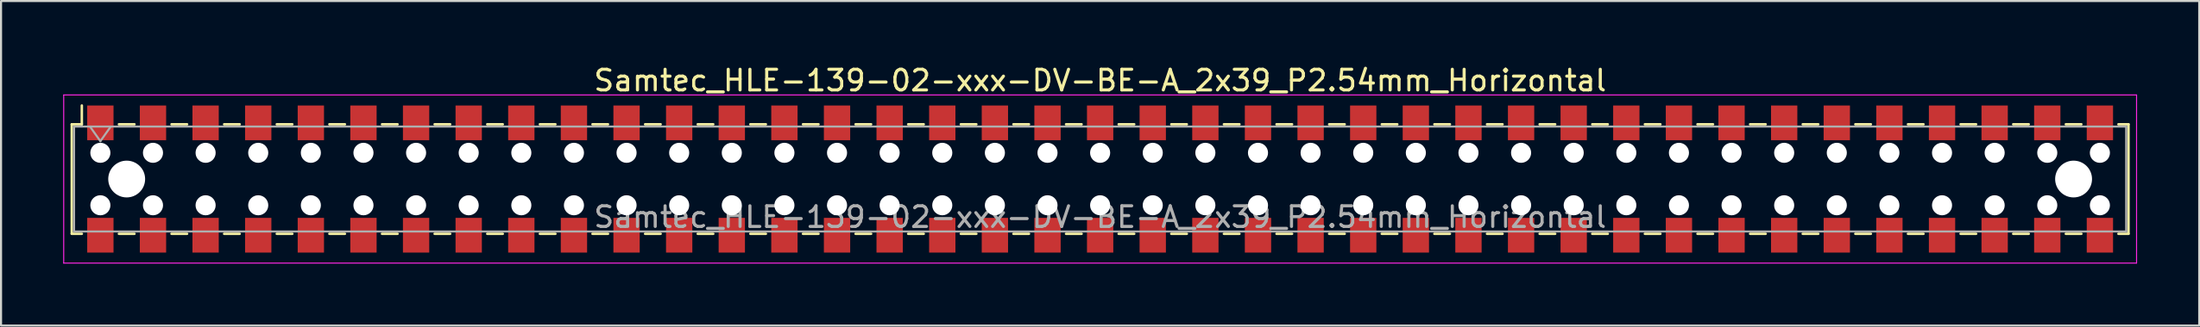
<source format=kicad_pcb>
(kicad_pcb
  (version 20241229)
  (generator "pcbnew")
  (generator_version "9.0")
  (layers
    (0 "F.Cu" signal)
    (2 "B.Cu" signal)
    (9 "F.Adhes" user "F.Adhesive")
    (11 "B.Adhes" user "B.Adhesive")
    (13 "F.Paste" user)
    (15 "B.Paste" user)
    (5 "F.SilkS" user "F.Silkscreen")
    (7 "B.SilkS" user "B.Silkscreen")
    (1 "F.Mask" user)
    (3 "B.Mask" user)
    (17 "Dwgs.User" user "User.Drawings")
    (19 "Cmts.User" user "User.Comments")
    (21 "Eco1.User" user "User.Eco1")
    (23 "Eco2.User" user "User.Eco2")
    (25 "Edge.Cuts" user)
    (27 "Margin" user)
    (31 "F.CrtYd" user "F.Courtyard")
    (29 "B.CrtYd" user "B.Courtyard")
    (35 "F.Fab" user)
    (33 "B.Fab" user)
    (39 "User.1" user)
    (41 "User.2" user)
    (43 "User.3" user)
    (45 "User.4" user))
  (footprint "Samtec_HLE-139-02-xxx-DV-BE-A_2x39_P2.54mm_Horizontal"
    (layer "F.Cu")
    (at 50.055 5.618)
    (property "Reference" "Samtec_HLE-139-02-xxx-DV-BE-A_2x39_P2.54mm_Horizontal" (at 0 -4.77 0) (layer "F.SilkS") (effects (font (size 1 1) (thickness 0.15))))
    (attr smd)
    (fp_line (start -49.64 -2.65) (end -49.64 2.65) (stroke (width 0.12) (type solid)) (layer "F.SilkS"))
    (fp_line (start -49.64 2.65) (end -49.155 2.65) (stroke (width 0.12) (type solid)) (layer "F.SilkS"))
    (fp_line (start -49.155 -3.56) (end -49.155 -2.65) (stroke (width 0.12) (type solid)) (layer "F.SilkS"))
    (fp_line (start -49.155 -2.65) (end -49.64 -2.65) (stroke (width 0.12) (type solid)) (layer "F.SilkS"))
    (fp_line (start -47.365 -2.65) (end -46.615 -2.65) (stroke (width 0.12) (type solid)) (layer "F.SilkS"))
    (fp_line (start -47.365 2.65) (end -46.615 2.65) (stroke (width 0.12) (type solid)) (layer "F.SilkS"))
    (fp_line (start -44.825 -2.65) (end -44.075 -2.65) (stroke (width 0.12) (type solid)) (layer "F.SilkS"))
    (fp_line (start -44.825 2.65) (end -44.075 2.65) (stroke (width 0.12) (type solid)) (layer "F.SilkS"))
    (fp_line (start -42.285 -2.65) (end -41.535 -2.65) (stroke (width 0.12) (type solid)) (layer "F.SilkS"))
    (fp_line (start -42.285 2.65) (end -41.535 2.65) (stroke (width 0.12) (type solid)) (layer "F.SilkS"))
    (fp_line (start -39.745 -2.65) (end -38.995 -2.65) (stroke (width 0.12) (type solid)) (layer "F.SilkS"))
    (fp_line (start -39.745 2.65) (end -38.995 2.65) (stroke (width 0.12) (type solid)) (layer "F.SilkS"))
    (fp_line (start -37.205 -2.65) (end -36.455 -2.65) (stroke (width 0.12) (type solid)) (layer "F.SilkS"))
    (fp_line (start -37.205 2.65) (end -36.455 2.65) (stroke (width 0.12) (type solid)) (layer "F.SilkS"))
    (fp_line (start -34.665 -2.65) (end -33.915 -2.65) (stroke (width 0.12) (type solid)) (layer "F.SilkS"))
    (fp_line (start -34.665 2.65) (end -33.915 2.65) (stroke (width 0.12) (type solid)) (layer "F.SilkS"))
    (fp_line (start -32.125 -2.65) (end -31.375 -2.65) (stroke (width 0.12) (type solid)) (layer "F.SilkS"))
    (fp_line (start -32.125 2.65) (end -31.375 2.65) (stroke (width 0.12) (type solid)) (layer "F.SilkS"))
    (fp_line (start -29.585 -2.65) (end -28.835 -2.65) (stroke (width 0.12) (type solid)) (layer "F.SilkS"))
    (fp_line (start -29.585 2.65) (end -28.835 2.65) (stroke (width 0.12) (type solid)) (layer "F.SilkS"))
    (fp_line (start -27.045 -2.65) (end -26.295 -2.65) (stroke (width 0.12) (type solid)) (layer "F.SilkS"))
    (fp_line (start -27.045 2.65) (end -26.295 2.65) (stroke (width 0.12) (type solid)) (layer "F.SilkS"))
    (fp_line (start -24.505 -2.65) (end -23.755 -2.65) (stroke (width 0.12) (type solid)) (layer "F.SilkS"))
    (fp_line (start -24.505 2.65) (end -23.755 2.65) (stroke (width 0.12) (type solid)) (layer "F.SilkS"))
    (fp_line (start -21.965 -2.65) (end -21.215 -2.65) (stroke (width 0.12) (type solid)) (layer "F.SilkS"))
    (fp_line (start -21.965 2.65) (end -21.215 2.65) (stroke (width 0.12) (type solid)) (layer "F.SilkS"))
    (fp_line (start -19.425 -2.65) (end -18.675 -2.65) (stroke (width 0.12) (type solid)) (layer "F.SilkS"))
    (fp_line (start -19.425 2.65) (end -18.675 2.65) (stroke (width 0.12) (type solid)) (layer "F.SilkS"))
    (fp_line (start -16.885 -2.65) (end -16.135 -2.65) (stroke (width 0.12) (type solid)) (layer "F.SilkS"))
    (fp_line (start -16.885 2.65) (end -16.135 2.65) (stroke (width 0.12) (type solid)) (layer "F.SilkS"))
    (fp_line (start -14.345 -2.65) (end -13.595 -2.65) (stroke (width 0.12) (type solid)) (layer "F.SilkS"))
    (fp_line (start -14.345 2.65) (end -13.595 2.65) (stroke (width 0.12) (type solid)) (layer "F.SilkS"))
    (fp_line (start -11.805 -2.65) (end -11.055 -2.65) (stroke (width 0.12) (type solid)) (layer "F.SilkS"))
    (fp_line (start -11.805 2.65) (end -11.055 2.65) (stroke (width 0.12) (type solid)) (layer "F.SilkS"))
    (fp_line (start -9.265 -2.65) (end -8.515 -2.65) (stroke (width 0.12) (type solid)) (layer "F.SilkS"))
    (fp_line (start -9.265 2.65) (end -8.515 2.65) (stroke (width 0.12) (type solid)) (layer "F.SilkS"))
    (fp_line (start -6.725 -2.65) (end -5.975 -2.65) (stroke (width 0.12) (type solid)) (layer "F.SilkS"))
    (fp_line (start -6.725 2.65) (end -5.975 2.65) (stroke (width 0.12) (type solid)) (layer "F.SilkS"))
    (fp_line (start -4.185 -2.65) (end -3.435 -2.65) (stroke (width 0.12) (type solid)) (layer "F.SilkS"))
    (fp_line (start -4.185 2.65) (end -3.435 2.65) (stroke (width 0.12) (type solid)) (layer "F.SilkS"))
    (fp_line (start -1.645 -2.65) (end -0.895 -2.65) (stroke (width 0.12) (type solid)) (layer "F.SilkS"))
    (fp_line (start -1.645 2.65) (end -0.895 2.65) (stroke (width 0.12) (type solid)) (layer "F.SilkS"))
    (fp_line (start 0.895 -2.65) (end 1.645 -2.65) (stroke (width 0.12) (type solid)) (layer "F.SilkS"))
    (fp_line (start 0.895 2.65) (end 1.645 2.65) (stroke (width 0.12) (type solid)) (layer "F.SilkS"))
    (fp_line (start 3.435 -2.65) (end 4.185 -2.65) (stroke (width 0.12) (type solid)) (layer "F.SilkS"))
    (fp_line (start 3.435 2.65) (end 4.185 2.65) (stroke (width 0.12) (type solid)) (layer "F.SilkS"))
    (fp_line (start 5.975 -2.65) (end 6.725 -2.65) (stroke (width 0.12) (type solid)) (layer "F.SilkS"))
    (fp_line (start 5.975 2.65) (end 6.725 2.65) (stroke (width 0.12) (type solid)) (layer "F.SilkS"))
    (fp_line (start 8.515 -2.65) (end 9.265 -2.65) (stroke (width 0.12) (type solid)) (layer "F.SilkS"))
    (fp_line (start 8.515 2.65) (end 9.265 2.65) (stroke (width 0.12) (type solid)) (layer "F.SilkS"))
    (fp_line (start 11.055 -2.65) (end 11.805 -2.65) (stroke (width 0.12) (type solid)) (layer "F.SilkS"))
    (fp_line (start 11.055 2.65) (end 11.805 2.65) (stroke (width 0.12) (type solid)) (layer "F.SilkS"))
    (fp_line (start 13.595 -2.65) (end 14.345 -2.65) (stroke (width 0.12) (type solid)) (layer "F.SilkS"))
    (fp_line (start 13.595 2.65) (end 14.345 2.65) (stroke (width 0.12) (type solid)) (layer "F.SilkS"))
    (fp_line (start 16.135 -2.65) (end 16.885 -2.65) (stroke (width 0.12) (type solid)) (layer "F.SilkS"))
    (fp_line (start 16.135 2.65) (end 16.885 2.65) (stroke (width 0.12) (type solid)) (layer "F.SilkS"))
    (fp_line (start 18.675 -2.65) (end 19.425 -2.65) (stroke (width 0.12) (type solid)) (layer "F.SilkS"))
    (fp_line (start 18.675 2.65) (end 19.425 2.65) (stroke (width 0.12) (type solid)) (layer "F.SilkS"))
    (fp_line (start 21.215 -2.65) (end 21.965 -2.65) (stroke (width 0.12) (type solid)) (layer "F.SilkS"))
    (fp_line (start 21.215 2.65) (end 21.965 2.65) (stroke (width 0.12) (type solid)) (layer "F.SilkS"))
    (fp_line (start 23.755 -2.65) (end 24.505 -2.65) (stroke (width 0.12) (type solid)) (layer "F.SilkS"))
    (fp_line (start 23.755 2.65) (end 24.505 2.65) (stroke (width 0.12) (type solid)) (layer "F.SilkS"))
    (fp_line (start 26.295 -2.65) (end 27.045 -2.65) (stroke (width 0.12) (type solid)) (layer "F.SilkS"))
    (fp_line (start 26.295 2.65) (end 27.045 2.65) (stroke (width 0.12) (type solid)) (layer "F.SilkS"))
    (fp_line (start 28.835 -2.65) (end 29.585 -2.65) (stroke (width 0.12) (type solid)) (layer "F.SilkS"))
    (fp_line (start 28.835 2.65) (end 29.585 2.65) (stroke (width 0.12) (type solid)) (layer "F.SilkS"))
    (fp_line (start 31.375 -2.65) (end 32.125 -2.65) (stroke (width 0.12) (type solid)) (layer "F.SilkS"))
    (fp_line (start 31.375 2.65) (end 32.125 2.65) (stroke (width 0.12) (type solid)) (layer "F.SilkS"))
    (fp_line (start 33.915 -2.65) (end 34.665 -2.65) (stroke (width 0.12) (type solid)) (layer "F.SilkS"))
    (fp_line (start 33.915 2.65) (end 34.665 2.65) (stroke (width 0.12) (type solid)) (layer "F.SilkS"))
    (fp_line (start 36.455 -2.65) (end 37.205 -2.65) (stroke (width 0.12) (type solid)) (layer "F.SilkS"))
    (fp_line (start 36.455 2.65) (end 37.205 2.65) (stroke (width 0.12) (type solid)) (layer "F.SilkS"))
    (fp_line (start 38.995 -2.65) (end 39.745 -2.65) (stroke (width 0.12) (type solid)) (layer "F.SilkS"))
    (fp_line (start 38.995 2.65) (end 39.745 2.65) (stroke (width 0.12) (type solid)) (layer "F.SilkS"))
    (fp_line (start 41.535 -2.65) (end 42.285 -2.65) (stroke (width 0.12) (type solid)) (layer "F.SilkS"))
    (fp_line (start 41.535 2.65) (end 42.285 2.65) (stroke (width 0.12) (type solid)) (layer "F.SilkS"))
    (fp_line (start 44.075 -2.65) (end 44.825 -2.65) (stroke (width 0.12) (type solid)) (layer "F.SilkS"))
    (fp_line (start 44.075 2.65) (end 44.825 2.65) (stroke (width 0.12) (type solid)) (layer "F.SilkS"))
    (fp_line (start 46.615 -2.65) (end 47.365 -2.65) (stroke (width 0.12) (type solid)) (layer "F.SilkS"))
    (fp_line (start 46.615 2.65) (end 47.365 2.65) (stroke (width 0.12) (type solid)) (layer "F.SilkS"))
    (fp_line (start 49.155 -2.65) (end 49.64 -2.65) (stroke (width 0.12) (type solid)) (layer "F.SilkS"))
    (fp_line (start 49.64 -2.65) (end 49.64 2.65) (stroke (width 0.12) (type solid)) (layer "F.SilkS"))
    (fp_line (start 49.64 2.65) (end 49.155 2.65) (stroke (width 0.12) (type solid)) (layer "F.SilkS"))
    (fp_line (start -50.03 -4.07) (end 50.03 -4.07) (stroke (width 0.05) (type solid)) (layer "F.CrtYd"))
    (fp_line (start -50.03 4.07) (end -50.03 -4.07) (stroke (width 0.05) (type solid)) (layer "F.CrtYd"))
    (fp_line (start 50.03 -4.07) (end 50.03 4.07) (stroke (width 0.05) (type solid)) (layer "F.CrtYd"))
    (fp_line (start 50.03 4.07) (end -50.03 4.07) (stroke (width 0.05) (type solid)) (layer "F.CrtYd"))
    (fp_line (start -49.53 -2.54) (end 49.53 -2.54) (stroke (width 0.1) (type solid)) (layer "F.Fab"))
    (fp_line (start -49.53 2.54) (end -49.53 -2.54) (stroke (width 0.1) (type solid)) (layer "F.Fab"))
    (fp_line (start -48.76 -2.54) (end -48.26 -1.833) (stroke (width 0.1) (type solid)) (layer "F.Fab"))
    (fp_line (start -48.26 -1.833) (end -47.76 -2.54) (stroke (width 0.1) (type solid)) (layer "F.Fab"))
    (fp_line (start 49.53 -2.54) (end 49.53 2.54) (stroke (width 0.1) (type solid)) (layer "F.Fab"))
    (fp_line (start 49.53 2.54) (end -49.53 2.54) (stroke (width 0.1) (type solid)) (layer "F.Fab"))
    (fp_text user "${REFERENCE}" (at 0 1.84 0) (layer "F.Fab") (effects (font (size 1 1) (thickness 0.15))))
    (pad "" np_thru_hole circle (at -48.26 -1.27) (size 0.97 0.97) (drill 0.97) (layers "*.Cu" "*.Mask"))
    (pad "" np_thru_hole circle (at -48.26 1.27) (size 0.97 0.97) (drill 0.97) (layers "*.Cu" "*.Mask"))
    (pad "" np_thru_hole circle (at -46.99 0) (size 1.78 1.78) (drill 1.78) (layers "*.Cu" "*.Mask"))
    (pad "" np_thru_hole circle (at -45.72 -1.27) (size 0.97 0.97) (drill 0.97) (layers "*.Cu" "*.Mask"))
    (pad "" np_thru_hole circle (at -45.72 1.27) (size 0.97 0.97) (drill 0.97) (layers "*.Cu" "*.Mask"))
    (pad "" np_thru_hole circle (at -43.18 -1.27) (size 0.97 0.97) (drill 0.97) (layers "*.Cu" "*.Mask"))
    (pad "" np_thru_hole circle (at -43.18 1.27) (size 0.97 0.97) (drill 0.97) (layers "*.Cu" "*.Mask"))
    (pad "" np_thru_hole circle (at -40.64 -1.27) (size 0.97 0.97) (drill 0.97) (layers "*.Cu" "*.Mask"))
    (pad "" np_thru_hole circle (at -40.64 1.27) (size 0.97 0.97) (drill 0.97) (layers "*.Cu" "*.Mask"))
    (pad "" np_thru_hole circle (at -38.1 -1.27) (size 0.97 0.97) (drill 0.97) (layers "*.Cu" "*.Mask"))
    (pad "" np_thru_hole circle (at -38.1 1.27) (size 0.97 0.97) (drill 0.97) (layers "*.Cu" "*.Mask"))
    (pad "" np_thru_hole circle (at -35.56 -1.27) (size 0.97 0.97) (drill 0.97) (layers "*.Cu" "*.Mask"))
    (pad "" np_thru_hole circle (at -35.56 1.27) (size 0.97 0.97) (drill 0.97) (layers "*.Cu" "*.Mask"))
    (pad "" np_thru_hole circle (at -33.02 -1.27) (size 0.97 0.97) (drill 0.97) (layers "*.Cu" "*.Mask"))
    (pad "" np_thru_hole circle (at -33.02 1.27) (size 0.97 0.97) (drill 0.97) (layers "*.Cu" "*.Mask"))
    (pad "" np_thru_hole circle (at -30.48 -1.27) (size 0.97 0.97) (drill 0.97) (layers "*.Cu" "*.Mask"))
    (pad "" np_thru_hole circle (at -30.48 1.27) (size 0.97 0.97) (drill 0.97) (layers "*.Cu" "*.Mask"))
    (pad "" np_thru_hole circle (at -27.94 -1.27) (size 0.97 0.97) (drill 0.97) (layers "*.Cu" "*.Mask"))
    (pad "" np_thru_hole circle (at -27.94 1.27) (size 0.97 0.97) (drill 0.97) (layers "*.Cu" "*.Mask"))
    (pad "" np_thru_hole circle (at -25.4 -1.27) (size 0.97 0.97) (drill 0.97) (layers "*.Cu" "*.Mask"))
    (pad "" np_thru_hole circle (at -25.4 1.27) (size 0.97 0.97) (drill 0.97) (layers "*.Cu" "*.Mask"))
    (pad "" np_thru_hole circle (at -22.86 -1.27) (size 0.97 0.97) (drill 0.97) (layers "*.Cu" "*.Mask"))
    (pad "" np_thru_hole circle (at -22.86 1.27) (size 0.97 0.97) (drill 0.97) (layers "*.Cu" "*.Mask"))
    (pad "" np_thru_hole circle (at -20.32 -1.27) (size 0.97 0.97) (drill 0.97) (layers "*.Cu" "*.Mask"))
    (pad "" np_thru_hole circle (at -20.32 1.27) (size 0.97 0.97) (drill 0.97) (layers "*.Cu" "*.Mask"))
    (pad "" np_thru_hole circle (at -17.78 -1.27) (size 0.97 0.97) (drill 0.97) (layers "*.Cu" "*.Mask"))
    (pad "" np_thru_hole circle (at -17.78 1.27) (size 0.97 0.97) (drill 0.97) (layers "*.Cu" "*.Mask"))
    (pad "" np_thru_hole circle (at -15.24 -1.27) (size 0.97 0.97) (drill 0.97) (layers "*.Cu" "*.Mask"))
    (pad "" np_thru_hole circle (at -15.24 1.27) (size 0.97 0.97) (drill 0.97) (layers "*.Cu" "*.Mask"))
    (pad "" np_thru_hole circle (at -12.7 -1.27) (size 0.97 0.97) (drill 0.97) (layers "*.Cu" "*.Mask"))
    (pad "" np_thru_hole circle (at -12.7 1.27) (size 0.97 0.97) (drill 0.97) (layers "*.Cu" "*.Mask"))
    (pad "" np_thru_hole circle (at -10.16 -1.27) (size 0.97 0.97) (drill 0.97) (layers "*.Cu" "*.Mask"))
    (pad "" np_thru_hole circle (at -10.16 1.27) (size 0.97 0.97) (drill 0.97) (layers "*.Cu" "*.Mask"))
    (pad "" np_thru_hole circle (at -7.62 -1.27) (size 0.97 0.97) (drill 0.97) (layers "*.Cu" "*.Mask"))
    (pad "" np_thru_hole circle (at -7.62 1.27) (size 0.97 0.97) (drill 0.97) (layers "*.Cu" "*.Mask"))
    (pad "" np_thru_hole circle (at -5.08 -1.27) (size 0.97 0.97) (drill 0.97) (layers "*.Cu" "*.Mask"))
    (pad "" np_thru_hole circle (at -5.08 1.27) (size 0.97 0.97) (drill 0.97) (layers "*.Cu" "*.Mask"))
    (pad "" np_thru_hole circle (at -2.54 -1.27) (size 0.97 0.97) (drill 0.97) (layers "*.Cu" "*.Mask"))
    (pad "" np_thru_hole circle (at -2.54 1.27) (size 0.97 0.97) (drill 0.97) (layers "*.Cu" "*.Mask"))
    (pad "" np_thru_hole circle (at 0 -1.27) (size 0.97 0.97) (drill 0.97) (layers "*.Cu" "*.Mask"))
    (pad "" np_thru_hole circle (at 0 1.27) (size 0.97 0.97) (drill 0.97) (layers "*.Cu" "*.Mask"))
    (pad "" np_thru_hole circle (at 2.54 -1.27) (size 0.97 0.97) (drill 0.97) (layers "*.Cu" "*.Mask"))
    (pad "" np_thru_hole circle (at 2.54 1.27) (size 0.97 0.97) (drill 0.97) (layers "*.Cu" "*.Mask"))
    (pad "" np_thru_hole circle (at 5.08 -1.27) (size 0.97 0.97) (drill 0.97) (layers "*.Cu" "*.Mask"))
    (pad "" np_thru_hole circle (at 5.08 1.27) (size 0.97 0.97) (drill 0.97) (layers "*.Cu" "*.Mask"))
    (pad "" np_thru_hole circle (at 7.62 -1.27) (size 0.97 0.97) (drill 0.97) (layers "*.Cu" "*.Mask"))
    (pad "" np_thru_hole circle (at 7.62 1.27) (size 0.97 0.97) (drill 0.97) (layers "*.Cu" "*.Mask"))
    (pad "" np_thru_hole circle (at 10.16 -1.27) (size 0.97 0.97) (drill 0.97) (layers "*.Cu" "*.Mask"))
    (pad "" np_thru_hole circle (at 10.16 1.27) (size 0.97 0.97) (drill 0.97) (layers "*.Cu" "*.Mask"))
    (pad "" np_thru_hole circle (at 12.7 -1.27) (size 0.97 0.97) (drill 0.97) (layers "*.Cu" "*.Mask"))
    (pad "" np_thru_hole circle (at 12.7 1.27) (size 0.97 0.97) (drill 0.97) (layers "*.Cu" "*.Mask"))
    (pad "" np_thru_hole circle (at 15.24 -1.27) (size 0.97 0.97) (drill 0.97) (layers "*.Cu" "*.Mask"))
    (pad "" np_thru_hole circle (at 15.24 1.27) (size 0.97 0.97) (drill 0.97) (layers "*.Cu" "*.Mask"))
    (pad "" np_thru_hole circle (at 17.78 -1.27) (size 0.97 0.97) (drill 0.97) (layers "*.Cu" "*.Mask"))
    (pad "" np_thru_hole circle (at 17.78 1.27) (size 0.97 0.97) (drill 0.97) (layers "*.Cu" "*.Mask"))
    (pad "" np_thru_hole circle (at 20.32 -1.27) (size 0.97 0.97) (drill 0.97) (layers "*.Cu" "*.Mask"))
    (pad "" np_thru_hole circle (at 20.32 1.27) (size 0.97 0.97) (drill 0.97) (layers "*.Cu" "*.Mask"))
    (pad "" np_thru_hole circle (at 22.86 -1.27) (size 0.97 0.97) (drill 0.97) (layers "*.Cu" "*.Mask"))
    (pad "" np_thru_hole circle (at 22.86 1.27) (size 0.97 0.97) (drill 0.97) (layers "*.Cu" "*.Mask"))
    (pad "" np_thru_hole circle (at 25.4 -1.27) (size 0.97 0.97) (drill 0.97) (layers "*.Cu" "*.Mask"))
    (pad "" np_thru_hole circle (at 25.4 1.27) (size 0.97 0.97) (drill 0.97) (layers "*.Cu" "*.Mask"))
    (pad "" np_thru_hole circle (at 27.94 -1.27) (size 0.97 0.97) (drill 0.97) (layers "*.Cu" "*.Mask"))
    (pad "" np_thru_hole circle (at 27.94 1.27) (size 0.97 0.97) (drill 0.97) (layers "*.Cu" "*.Mask"))
    (pad "" np_thru_hole circle (at 30.48 -1.27) (size 0.97 0.97) (drill 0.97) (layers "*.Cu" "*.Mask"))
    (pad "" np_thru_hole circle (at 30.48 1.27) (size 0.97 0.97) (drill 0.97) (layers "*.Cu" "*.Mask"))
    (pad "" np_thru_hole circle (at 33.02 -1.27) (size 0.97 0.97) (drill 0.97) (layers "*.Cu" "*.Mask"))
    (pad "" np_thru_hole circle (at 33.02 1.27) (size 0.97 0.97) (drill 0.97) (layers "*.Cu" "*.Mask"))
    (pad "" np_thru_hole circle (at 35.56 -1.27) (size 0.97 0.97) (drill 0.97) (layers "*.Cu" "*.Mask"))
    (pad "" np_thru_hole circle (at 35.56 1.27) (size 0.97 0.97) (drill 0.97) (layers "*.Cu" "*.Mask"))
    (pad "" np_thru_hole circle (at 38.1 -1.27) (size 0.97 0.97) (drill 0.97) (layers "*.Cu" "*.Mask"))
    (pad "" np_thru_hole circle (at 38.1 1.27) (size 0.97 0.97) (drill 0.97) (layers "*.Cu" "*.Mask"))
    (pad "" np_thru_hole circle (at 40.64 -1.27) (size 0.97 0.97) (drill 0.97) (layers "*.Cu" "*.Mask"))
    (pad "" np_thru_hole circle (at 40.64 1.27) (size 0.97 0.97) (drill 0.97) (layers "*.Cu" "*.Mask"))
    (pad "" np_thru_hole circle (at 43.18 -1.27) (size 0.97 0.97) (drill 0.97) (layers "*.Cu" "*.Mask"))
    (pad "" np_thru_hole circle (at 43.18 1.27) (size 0.97 0.97) (drill 0.97) (layers "*.Cu" "*.Mask"))
    (pad "" np_thru_hole circle (at 45.72 -1.27) (size 0.97 0.97) (drill 0.97) (layers "*.Cu" "*.Mask"))
    (pad "" np_thru_hole circle (at 45.72 1.27) (size 0.97 0.97) (drill 0.97) (layers "*.Cu" "*.Mask"))
    (pad "" np_thru_hole circle (at 46.99 0) (size 1.78 1.78) (drill 1.78) (layers "*.Cu" "*.Mask"))
    (pad "" np_thru_hole circle (at 48.26 -1.27) (size 0.97 0.97) (drill 0.97) (layers "*.Cu" "*.Mask"))
    (pad "" np_thru_hole circle (at 48.26 1.27) (size 0.97 0.97) (drill 0.97) (layers "*.Cu" "*.Mask"))
    (pad "1" smd rect (at -48.26 -2.72) (size 1.27 1.68) (layers "F.Cu" "F.Mask" "F.Paste"))
    (pad "2" smd rect (at -48.26 2.72) (size 1.27 1.68) (layers "F.Cu" "F.Mask" "F.Paste"))
    (pad "3" smd rect (at -45.72 -2.72) (size 1.27 1.68) (layers "F.Cu" "F.Mask" "F.Paste"))
    (pad "4" smd rect (at -45.72 2.72) (size 1.27 1.68) (layers "F.Cu" "F.Mask" "F.Paste"))
    (pad "5" smd rect (at -43.18 -2.72) (size 1.27 1.68) (layers "F.Cu" "F.Mask" "F.Paste"))
    (pad "6" smd rect (at -43.18 2.72) (size 1.27 1.68) (layers "F.Cu" "F.Mask" "F.Paste"))
    (pad "7" smd rect (at -40.64 -2.72) (size 1.27 1.68) (layers "F.Cu" "F.Mask" "F.Paste"))
    (pad "8" smd rect (at -40.64 2.72) (size 1.27 1.68) (layers "F.Cu" "F.Mask" "F.Paste"))
    (pad "9" smd rect (at -38.1 -2.72) (size 1.27 1.68) (layers "F.Cu" "F.Mask" "F.Paste"))
    (pad "10" smd rect (at -38.1 2.72) (size 1.27 1.68) (layers "F.Cu" "F.Mask" "F.Paste"))
    (pad "11" smd rect (at -35.56 -2.72) (size 1.27 1.68) (layers "F.Cu" "F.Mask" "F.Paste"))
    (pad "12" smd rect (at -35.56 2.72) (size 1.27 1.68) (layers "F.Cu" "F.Mask" "F.Paste"))
    (pad "13" smd rect (at -33.02 -2.72) (size 1.27 1.68) (layers "F.Cu" "F.Mask" "F.Paste"))
    (pad "14" smd rect (at -33.02 2.72) (size 1.27 1.68) (layers "F.Cu" "F.Mask" "F.Paste"))
    (pad "15" smd rect (at -30.48 -2.72) (size 1.27 1.68) (layers "F.Cu" "F.Mask" "F.Paste"))
    (pad "16" smd rect (at -30.48 2.72) (size 1.27 1.68) (layers "F.Cu" "F.Mask" "F.Paste"))
    (pad "17" smd rect (at -27.94 -2.72) (size 1.27 1.68) (layers "F.Cu" "F.Mask" "F.Paste"))
    (pad "18" smd rect (at -27.94 2.72) (size 1.27 1.68) (layers "F.Cu" "F.Mask" "F.Paste"))
    (pad "19" smd rect (at -25.4 -2.72) (size 1.27 1.68) (layers "F.Cu" "F.Mask" "F.Paste"))
    (pad "20" smd rect (at -25.4 2.72) (size 1.27 1.68) (layers "F.Cu" "F.Mask" "F.Paste"))
    (pad "21" smd rect (at -22.86 -2.72) (size 1.27 1.68) (layers "F.Cu" "F.Mask" "F.Paste"))
    (pad "22" smd rect (at -22.86 2.72) (size 1.27 1.68) (layers "F.Cu" "F.Mask" "F.Paste"))
    (pad "23" smd rect (at -20.32 -2.72) (size 1.27 1.68) (layers "F.Cu" "F.Mask" "F.Paste"))
    (pad "24" smd rect (at -20.32 2.72) (size 1.27 1.68) (layers "F.Cu" "F.Mask" "F.Paste"))
    (pad "25" smd rect (at -17.78 -2.72) (size 1.27 1.68) (layers "F.Cu" "F.Mask" "F.Paste"))
    (pad "26" smd rect (at -17.78 2.72) (size 1.27 1.68) (layers "F.Cu" "F.Mask" "F.Paste"))
    (pad "27" smd rect (at -15.24 -2.72) (size 1.27 1.68) (layers "F.Cu" "F.Mask" "F.Paste"))
    (pad "28" smd rect (at -15.24 2.72) (size 1.27 1.68) (layers "F.Cu" "F.Mask" "F.Paste"))
    (pad "29" smd rect (at -12.7 -2.72) (size 1.27 1.68) (layers "F.Cu" "F.Mask" "F.Paste"))
    (pad "30" smd rect (at -12.7 2.72) (size 1.27 1.68) (layers "F.Cu" "F.Mask" "F.Paste"))
    (pad "31" smd rect (at -10.16 -2.72) (size 1.27 1.68) (layers "F.Cu" "F.Mask" "F.Paste"))
    (pad "32" smd rect (at -10.16 2.72) (size 1.27 1.68) (layers "F.Cu" "F.Mask" "F.Paste"))
    (pad "33" smd rect (at -7.62 -2.72) (size 1.27 1.68) (layers "F.Cu" "F.Mask" "F.Paste"))
    (pad "34" smd rect (at -7.62 2.72) (size 1.27 1.68) (layers "F.Cu" "F.Mask" "F.Paste"))
    (pad "35" smd rect (at -5.08 -2.72) (size 1.27 1.68) (layers "F.Cu" "F.Mask" "F.Paste"))
    (pad "36" smd rect (at -5.08 2.72) (size 1.27 1.68) (layers "F.Cu" "F.Mask" "F.Paste"))
    (pad "37" smd rect (at -2.54 -2.72) (size 1.27 1.68) (layers "F.Cu" "F.Mask" "F.Paste"))
    (pad "38" smd rect (at -2.54 2.72) (size 1.27 1.68) (layers "F.Cu" "F.Mask" "F.Paste"))
    (pad "39" smd rect (at 0 -2.72) (size 1.27 1.68) (layers "F.Cu" "F.Mask" "F.Paste"))
    (pad "40" smd rect (at 0 2.72) (size 1.27 1.68) (layers "F.Cu" "F.Mask" "F.Paste"))
    (pad "41" smd rect (at 2.54 -2.72) (size 1.27 1.68) (layers "F.Cu" "F.Mask" "F.Paste"))
    (pad "42" smd rect (at 2.54 2.72) (size 1.27 1.68) (layers "F.Cu" "F.Mask" "F.Paste"))
    (pad "43" smd rect (at 5.08 -2.72) (size 1.27 1.68) (layers "F.Cu" "F.Mask" "F.Paste"))
    (pad "44" smd rect (at 5.08 2.72) (size 1.27 1.68) (layers "F.Cu" "F.Mask" "F.Paste"))
    (pad "45" smd rect (at 7.62 -2.72) (size 1.27 1.68) (layers "F.Cu" "F.Mask" "F.Paste"))
    (pad "46" smd rect (at 7.62 2.72) (size 1.27 1.68) (layers "F.Cu" "F.Mask" "F.Paste"))
    (pad "47" smd rect (at 10.16 -2.72) (size 1.27 1.68) (layers "F.Cu" "F.Mask" "F.Paste"))
    (pad "48" smd rect (at 10.16 2.72) (size 1.27 1.68) (layers "F.Cu" "F.Mask" "F.Paste"))
    (pad "49" smd rect (at 12.7 -2.72) (size 1.27 1.68) (layers "F.Cu" "F.Mask" "F.Paste"))
    (pad "50" smd rect (at 12.7 2.72) (size 1.27 1.68) (layers "F.Cu" "F.Mask" "F.Paste"))
    (pad "51" smd rect (at 15.24 -2.72) (size 1.27 1.68) (layers "F.Cu" "F.Mask" "F.Paste"))
    (pad "52" smd rect (at 15.24 2.72) (size 1.27 1.68) (layers "F.Cu" "F.Mask" "F.Paste"))
    (pad "53" smd rect (at 17.78 -2.72) (size 1.27 1.68) (layers "F.Cu" "F.Mask" "F.Paste"))
    (pad "54" smd rect (at 17.78 2.72) (size 1.27 1.68) (layers "F.Cu" "F.Mask" "F.Paste"))
    (pad "55" smd rect (at 20.32 -2.72) (size 1.27 1.68) (layers "F.Cu" "F.Mask" "F.Paste"))
    (pad "56" smd rect (at 20.32 2.72) (size 1.27 1.68) (layers "F.Cu" "F.Mask" "F.Paste"))
    (pad "57" smd rect (at 22.86 -2.72) (size 1.27 1.68) (layers "F.Cu" "F.Mask" "F.Paste"))
    (pad "58" smd rect (at 22.86 2.72) (size 1.27 1.68) (layers "F.Cu" "F.Mask" "F.Paste"))
    (pad "59" smd rect (at 25.4 -2.72) (size 1.27 1.68) (layers "F.Cu" "F.Mask" "F.Paste"))
    (pad "60" smd rect (at 25.4 2.72) (size 1.27 1.68) (layers "F.Cu" "F.Mask" "F.Paste"))
    (pad "61" smd rect (at 27.94 -2.72) (size 1.27 1.68) (layers "F.Cu" "F.Mask" "F.Paste"))
    (pad "62" smd rect (at 27.94 2.72) (size 1.27 1.68) (layers "F.Cu" "F.Mask" "F.Paste"))
    (pad "63" smd rect (at 30.48 -2.72) (size 1.27 1.68) (layers "F.Cu" "F.Mask" "F.Paste"))
    (pad "64" smd rect (at 30.48 2.72) (size 1.27 1.68) (layers "F.Cu" "F.Mask" "F.Paste"))
    (pad "65" smd rect (at 33.02 -2.72) (size 1.27 1.68) (layers "F.Cu" "F.Mask" "F.Paste"))
    (pad "66" smd rect (at 33.02 2.72) (size 1.27 1.68) (layers "F.Cu" "F.Mask" "F.Paste"))
    (pad "67" smd rect (at 35.56 -2.72) (size 1.27 1.68) (layers "F.Cu" "F.Mask" "F.Paste"))
    (pad "68" smd rect (at 35.56 2.72) (size 1.27 1.68) (layers "F.Cu" "F.Mask" "F.Paste"))
    (pad "69" smd rect (at 38.1 -2.72) (size 1.27 1.68) (layers "F.Cu" "F.Mask" "F.Paste"))
    (pad "70" smd rect (at 38.1 2.72) (size 1.27 1.68) (layers "F.Cu" "F.Mask" "F.Paste"))
    (pad "71" smd rect (at 40.64 -2.72) (size 1.27 1.68) (layers "F.Cu" "F.Mask" "F.Paste"))
    (pad "72" smd rect (at 40.64 2.72) (size 1.27 1.68) (layers "F.Cu" "F.Mask" "F.Paste"))
    (pad "73" smd rect (at 43.18 -2.72) (size 1.27 1.68) (layers "F.Cu" "F.Mask" "F.Paste"))
    (pad "74" smd rect (at 43.18 2.72) (size 1.27 1.68) (layers "F.Cu" "F.Mask" "F.Paste"))
    (pad "75" smd rect (at 45.72 -2.72) (size 1.27 1.68) (layers "F.Cu" "F.Mask" "F.Paste"))
    (pad "76" smd rect (at 45.72 2.72) (size 1.27 1.68) (layers "F.Cu" "F.Mask" "F.Paste"))
    (pad "77" smd rect (at 48.26 -2.72) (size 1.27 1.68) (layers "F.Cu" "F.Mask" "F.Paste"))
    (pad "78" smd rect (at 48.26 2.72) (size 1.27 1.68) (layers "F.Cu" "F.Mask" "F.Paste")))
  (gr_rect
    (start -3 -3)
    (end 103.11 12.713)
    (stroke (width 0.1) (type default))
    (fill no)
    (layer "Edge.Cuts")))
</source>
